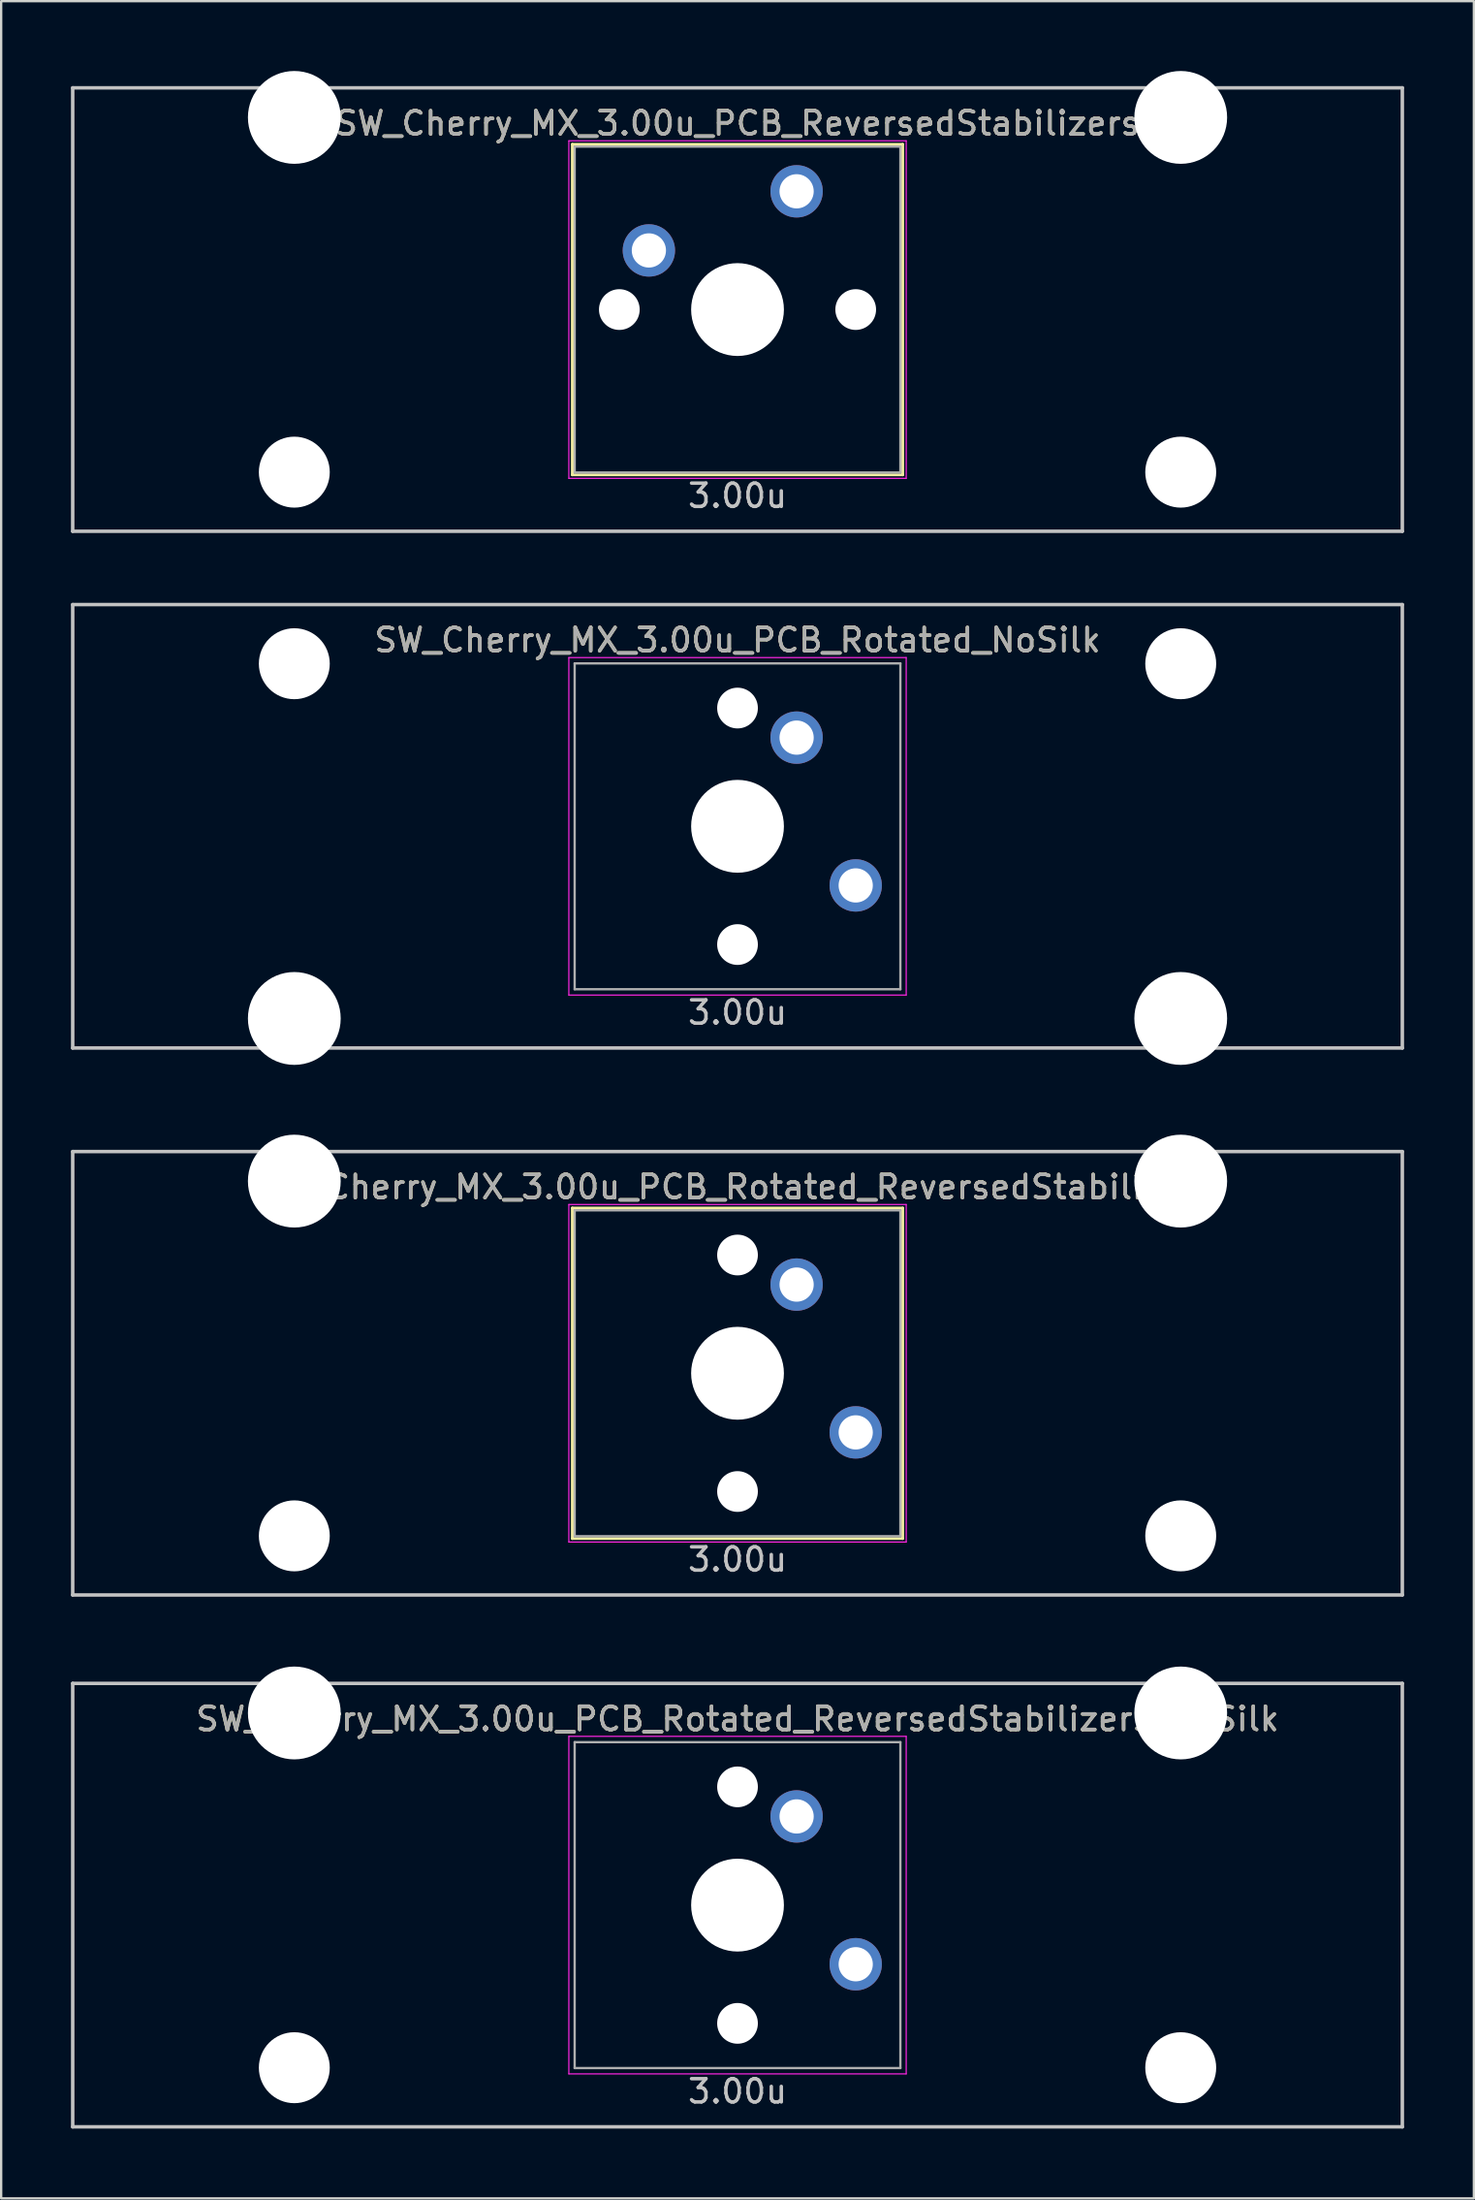
<source format=kicad_pcb>
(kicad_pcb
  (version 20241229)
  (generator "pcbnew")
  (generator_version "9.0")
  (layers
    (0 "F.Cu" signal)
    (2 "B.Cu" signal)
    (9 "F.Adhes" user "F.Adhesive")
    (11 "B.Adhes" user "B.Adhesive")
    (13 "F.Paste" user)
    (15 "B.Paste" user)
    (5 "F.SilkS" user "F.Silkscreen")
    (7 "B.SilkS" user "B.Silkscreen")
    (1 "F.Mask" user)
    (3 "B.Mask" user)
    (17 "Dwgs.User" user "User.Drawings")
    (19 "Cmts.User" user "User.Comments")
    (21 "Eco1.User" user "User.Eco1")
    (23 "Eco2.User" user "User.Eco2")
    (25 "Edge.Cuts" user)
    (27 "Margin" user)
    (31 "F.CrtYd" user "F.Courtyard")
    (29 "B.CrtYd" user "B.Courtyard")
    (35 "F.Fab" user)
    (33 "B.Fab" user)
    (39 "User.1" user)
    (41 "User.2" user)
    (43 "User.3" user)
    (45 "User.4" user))
  (footprint "SW_Cherry_MX_3.00u_PCB_Rotated_NoSilk"
    (layer "F.Cu")
    (at 28.65 32.449)
    (property "Reference" "SW_Cherry_MX_3.00u_PCB_Rotated_NoSilk" (at 0 -8 0) (layer "F.SilkS") (effects (font (size 1 1) (thickness 0.15))))
    (attr through_hole)
    (fp_line (start -28.575 -9.525) (end 28.575 -9.525) (stroke (width 0.15) (type solid)) (layer "Dwgs.User"))
    (fp_line (start -28.575 9.525) (end -28.575 -9.525) (stroke (width 0.15) (type solid)) (layer "Dwgs.User"))
    (fp_line (start -28.575 9.525) (end 28.575 9.525) (stroke (width 0.15) (type solid)) (layer "Dwgs.User"))
    (fp_line (start 28.575 -9.525) (end 28.575 9.525) (stroke (width 0.15) (type solid)) (layer "Dwgs.User"))
    (fp_line (start -7.25 -7.25) (end 7.25 -7.25) (stroke (width 0.05) (type solid)) (layer "F.CrtYd"))
    (fp_line (start -7.25 7.25) (end -7.25 -7.25) (stroke (width 0.05) (type solid)) (layer "F.CrtYd"))
    (fp_line (start 7.25 -7.25) (end 7.25 7.25) (stroke (width 0.05) (type solid)) (layer "F.CrtYd"))
    (fp_line (start 7.25 7.25) (end -7.25 7.25) (stroke (width 0.05) (type solid)) (layer "F.CrtYd"))
    (fp_line (start -7 -7) (end 7 -7) (stroke (width 0.1) (type solid)) (layer "F.Fab"))
    (fp_line (start -7 7) (end -7 -7) (stroke (width 0.1) (type solid)) (layer "F.Fab"))
    (fp_line (start 7 -7) (end 7 7) (stroke (width 0.1) (type solid)) (layer "F.Fab"))
    (fp_line (start 7 7) (end -7 7) (stroke (width 0.1) (type solid)) (layer "F.Fab"))
    (fp_text user "3.00u" (at 0 8 0) (layer "Dwgs.User") (effects (font (size 1 1) (thickness 0.15))))
    (fp_text user "${REFERENCE}" (at 0 -8 0) (layer "F.Fab") (effects (font (size 1 1) (thickness 0.15))))
    (pad "" np_thru_hole circle (at -19.05 -6.985) (size 3.048 3.048) (drill 3.048) (layers "*.Cu" "*.Mask"))
    (pad "" np_thru_hole circle (at -19.05 8.255) (size 3.988 3.988) (drill 3.988) (layers "*.Cu" "*.Mask"))
    (pad "" np_thru_hole circle (at 0 -5.08 318.1) (size 1.75 1.75) (drill 1.75) (layers "*.Cu" "*.Mask"))
    (pad "" np_thru_hole circle (at 0 0 270) (size 3.988 3.988) (drill 3.988) (layers "*.Cu" "*.Mask"))
    (pad "" np_thru_hole circle (at 0 5.08 318.1) (size 1.75 1.75) (drill 1.75) (layers "*.Cu" "*.Mask"))
    (pad "" np_thru_hole circle (at 19.05 -6.985) (size 3.048 3.048) (drill 3.048) (layers "*.Cu" "*.Mask"))
    (pad "" np_thru_hole circle (at 19.05 8.255) (size 3.988 3.988) (drill 3.988) (layers "*.Cu" "*.Mask"))
    (pad "1" thru_hole circle (at 2.54 -3.81 318.1) (size 2.25 2.25) (drill 1.47) (layers "*.Cu" "B.Mask"))
    (pad "2" thru_hole circle (at 5.08 2.54 270) (size 2.25 2.25) (drill 1.47) (layers "*.Cu" "B.Mask")))
  (footprint "SW_Cherry_MX_3.00u_PCB_Rotated_ReversedStabilizers"
    (layer "F.Cu")
    (at 28.65 55.947)
    (property "Reference" "SW_Cherry_MX_3.00u_PCB_Rotated_ReversedStabilizers" (at 0 -8 0) (layer "F.SilkS") (effects (font (size 1 1) (thickness 0.15))))
    (attr through_hole)
    (fp_line (start -7.1 -7.1) (end 7.1 -7.1) (stroke (width 0.12) (type solid)) (layer "F.SilkS"))
    (fp_line (start -7.1 7.1) (end -7.1 -7.1) (stroke (width 0.12) (type solid)) (layer "F.SilkS"))
    (fp_line (start 7.1 -7.1) (end 7.1 7.1) (stroke (width 0.12) (type solid)) (layer "F.SilkS"))
    (fp_line (start 7.1 7.1) (end -7.1 7.1) (stroke (width 0.12) (type solid)) (layer "F.SilkS"))
    (fp_line (start -28.575 -9.525) (end 28.575 -9.525) (stroke (width 0.15) (type solid)) (layer "Dwgs.User"))
    (fp_line (start -28.575 9.525) (end -28.575 -9.525) (stroke (width 0.15) (type solid)) (layer "Dwgs.User"))
    (fp_line (start -28.575 9.525) (end 28.575 9.525) (stroke (width 0.15) (type solid)) (layer "Dwgs.User"))
    (fp_line (start 28.575 -9.525) (end 28.575 9.525) (stroke (width 0.15) (type solid)) (layer "Dwgs.User"))
    (fp_line (start -7.25 -7.25) (end 7.25 -7.25) (stroke (width 0.05) (type solid)) (layer "F.CrtYd"))
    (fp_line (start -7.25 7.25) (end -7.25 -7.25) (stroke (width 0.05) (type solid)) (layer "F.CrtYd"))
    (fp_line (start 7.25 -7.25) (end 7.25 7.25) (stroke (width 0.05) (type solid)) (layer "F.CrtYd"))
    (fp_line (start 7.25 7.25) (end -7.25 7.25) (stroke (width 0.05) (type solid)) (layer "F.CrtYd"))
    (fp_line (start -7 -7) (end 7 -7) (stroke (width 0.1) (type solid)) (layer "F.Fab"))
    (fp_line (start -7 7) (end -7 -7) (stroke (width 0.1) (type solid)) (layer "F.Fab"))
    (fp_line (start 7 -7) (end 7 7) (stroke (width 0.1) (type solid)) (layer "F.Fab"))
    (fp_line (start 7 7) (end -7 7) (stroke (width 0.1) (type solid)) (layer "F.Fab"))
    (fp_text user "3.00u" (at 0 8 0) (layer "Dwgs.User") (effects (font (size 1 1) (thickness 0.15))))
    (fp_text user "${REFERENCE}" (at 0 -8 0) (layer "F.Fab") (effects (font (size 1 1) (thickness 0.15))))
    (pad "" np_thru_hole circle (at -19.05 -8.255) (size 3.988 3.988) (drill 3.988) (layers "*.Cu" "*.Mask"))
    (pad "" np_thru_hole circle (at -19.05 6.985) (size 3.048 3.048) (drill 3.048) (layers "*.Cu" "*.Mask"))
    (pad "" np_thru_hole circle (at 0 -5.08 318.1) (size 1.75 1.75) (drill 1.75) (layers "*.Cu" "*.Mask"))
    (pad "" np_thru_hole circle (at 0 0 270) (size 3.988 3.988) (drill 3.988) (layers "*.Cu" "*.Mask"))
    (pad "" np_thru_hole circle (at 0 5.08 318.1) (size 1.75 1.75) (drill 1.75) (layers "*.Cu" "*.Mask"))
    (pad "" np_thru_hole circle (at 19.05 -8.255) (size 3.988 3.988) (drill 3.988) (layers "*.Cu" "*.Mask"))
    (pad "" np_thru_hole circle (at 19.05 6.985) (size 3.048 3.048) (drill 3.048) (layers "*.Cu" "*.Mask"))
    (pad "1" thru_hole circle (at 2.54 -3.81 318.1) (size 2.25 2.25) (drill 1.47) (layers "*.Cu" "B.Mask"))
    (pad "2" thru_hole circle (at 5.08 2.54 270) (size 2.25 2.25) (drill 1.47) (layers "*.Cu" "B.Mask")))
  (footprint "SW_Cherry_MX_3.00u_PCB_Rotated_ReversedStabilizers_NoSilk"
    (layer "F.Cu")
    (at 28.65 78.796)
    (property "Reference" "SW_Cherry_MX_3.00u_PCB_Rotated_ReversedStabilizers_NoSilk" (at 0 -8 0) (layer "F.SilkS") (effects (font (size 1 1) (thickness 0.15))))
    (attr through_hole)
    (fp_line (start -28.575 -9.525) (end 28.575 -9.525) (stroke (width 0.15) (type solid)) (layer "Dwgs.User"))
    (fp_line (start -28.575 9.525) (end -28.575 -9.525) (stroke (width 0.15) (type solid)) (layer "Dwgs.User"))
    (fp_line (start -28.575 9.525) (end 28.575 9.525) (stroke (width 0.15) (type solid)) (layer "Dwgs.User"))
    (fp_line (start 28.575 -9.525) (end 28.575 9.525) (stroke (width 0.15) (type solid)) (layer "Dwgs.User"))
    (fp_line (start -7.25 -7.25) (end 7.25 -7.25) (stroke (width 0.05) (type solid)) (layer "F.CrtYd"))
    (fp_line (start -7.25 7.25) (end -7.25 -7.25) (stroke (width 0.05) (type solid)) (layer "F.CrtYd"))
    (fp_line (start 7.25 -7.25) (end 7.25 7.25) (stroke (width 0.05) (type solid)) (layer "F.CrtYd"))
    (fp_line (start 7.25 7.25) (end -7.25 7.25) (stroke (width 0.05) (type solid)) (layer "F.CrtYd"))
    (fp_line (start -7 -7) (end 7 -7) (stroke (width 0.1) (type solid)) (layer "F.Fab"))
    (fp_line (start -7 7) (end -7 -7) (stroke (width 0.1) (type solid)) (layer "F.Fab"))
    (fp_line (start 7 -7) (end 7 7) (stroke (width 0.1) (type solid)) (layer "F.Fab"))
    (fp_line (start 7 7) (end -7 7) (stroke (width 0.1) (type solid)) (layer "F.Fab"))
    (fp_text user "3.00u" (at 0 8 0) (layer "Dwgs.User") (effects (font (size 1 1) (thickness 0.15))))
    (fp_text user "${REFERENCE}" (at 0 -8 0) (layer "F.Fab") (effects (font (size 1 1) (thickness 0.15))))
    (pad "" np_thru_hole circle (at -19.05 -8.255) (size 3.988 3.988) (drill 3.988) (layers "*.Cu" "*.Mask"))
    (pad "" np_thru_hole circle (at -19.05 6.985) (size 3.048 3.048) (drill 3.048) (layers "*.Cu" "*.Mask"))
    (pad "" np_thru_hole circle (at 0 -5.08 318.1) (size 1.75 1.75) (drill 1.75) (layers "*.Cu" "*.Mask"))
    (pad "" np_thru_hole circle (at 0 0 270) (size 3.988 3.988) (drill 3.988) (layers "*.Cu" "*.Mask"))
    (pad "" np_thru_hole circle (at 0 5.08 318.1) (size 1.75 1.75) (drill 1.75) (layers "*.Cu" "*.Mask"))
    (pad "" np_thru_hole circle (at 19.05 -8.255) (size 3.988 3.988) (drill 3.988) (layers "*.Cu" "*.Mask"))
    (pad "" np_thru_hole circle (at 19.05 6.985) (size 3.048 3.048) (drill 3.048) (layers "*.Cu" "*.Mask"))
    (pad "1" thru_hole circle (at 2.54 -3.81 318.1) (size 2.25 2.25) (drill 1.47) (layers "*.Cu" "B.Mask"))
    (pad "2" thru_hole circle (at 5.08 2.54 270) (size 2.25 2.25) (drill 1.47) (layers "*.Cu" "B.Mask")))
  (footprint "SW_Cherry_MX_3.00u_PCB_ReversedStabilizers"
    (layer "F.Cu")
    (at 28.65 10.249)
    (property "Reference" "SW_Cherry_MX_3.00u_PCB_ReversedStabilizers" (at 0 -8 0) (layer "F.SilkS") (effects (font (size 1 1) (thickness 0.15))))
    (attr through_hole)
    (fp_line (start -7.1 -7.1) (end 7.1 -7.1) (stroke (width 0.12) (type solid)) (layer "F.SilkS"))
    (fp_line (start -7.1 7.1) (end -7.1 -7.1) (stroke (width 0.12) (type solid)) (layer "F.SilkS"))
    (fp_line (start 7.1 -7.1) (end 7.1 7.1) (stroke (width 0.12) (type solid)) (layer "F.SilkS"))
    (fp_line (start 7.1 7.1) (end -7.1 7.1) (stroke (width 0.12) (type solid)) (layer "F.SilkS"))
    (fp_line (start -28.575 -9.525) (end 28.575 -9.525) (stroke (width 0.15) (type solid)) (layer "Dwgs.User"))
    (fp_line (start -28.575 9.525) (end -28.575 -9.525) (stroke (width 0.15) (type solid)) (layer "Dwgs.User"))
    (fp_line (start -28.575 9.525) (end 28.575 9.525) (stroke (width 0.15) (type solid)) (layer "Dwgs.User"))
    (fp_line (start 28.575 -9.525) (end 28.575 9.525) (stroke (width 0.15) (type solid)) (layer "Dwgs.User"))
    (fp_line (start -7.25 -7.25) (end 7.25 -7.25) (stroke (width 0.05) (type solid)) (layer "F.CrtYd"))
    (fp_line (start -7.25 7.25) (end -7.25 -7.25) (stroke (width 0.05) (type solid)) (layer "F.CrtYd"))
    (fp_line (start 7.25 -7.25) (end 7.25 7.25) (stroke (width 0.05) (type solid)) (layer "F.CrtYd"))
    (fp_line (start 7.25 7.25) (end -7.25 7.25) (stroke (width 0.05) (type solid)) (layer "F.CrtYd"))
    (fp_line (start -7 -7) (end 7 -7) (stroke (width 0.1) (type solid)) (layer "F.Fab"))
    (fp_line (start -7 7) (end -7 -7) (stroke (width 0.1) (type solid)) (layer "F.Fab"))
    (fp_line (start 7 -7) (end 7 7) (stroke (width 0.1) (type solid)) (layer "F.Fab"))
    (fp_line (start 7 7) (end -7 7) (stroke (width 0.1) (type solid)) (layer "F.Fab"))
    (fp_text user "3.00u" (at 0 8 0) (layer "Dwgs.User") (effects (font (size 1 1) (thickness 0.15))))
    (fp_text user "${REFERENCE}" (at 0 -8 0) (layer "F.Fab") (effects (font (size 1 1) (thickness 0.15))))
    (pad "" np_thru_hole circle (at -19.05 -8.255) (size 3.988 3.988) (drill 3.988) (layers "*.Cu" "*.Mask"))
    (pad "" np_thru_hole circle (at -19.05 6.985) (size 3.048 3.048) (drill 3.048) (layers "*.Cu" "*.Mask"))
    (pad "" np_thru_hole circle (at -5.08 0 48.1) (size 1.75 1.75) (drill 1.75) (layers "*.Cu" "*.Mask"))
    (pad "" np_thru_hole circle (at 0 0) (size 3.988 3.988) (drill 3.988) (layers "*.Cu" "*.Mask"))
    (pad "" np_thru_hole circle (at 5.08 0 48.1) (size 1.75 1.75) (drill 1.75) (layers "*.Cu" "*.Mask"))
    (pad "" np_thru_hole circle (at 19.05 -8.255) (size 3.988 3.988) (drill 3.988) (layers "*.Cu" "*.Mask"))
    (pad "" np_thru_hole circle (at 19.05 6.985) (size 3.048 3.048) (drill 3.048) (layers "*.Cu" "*.Mask"))
    (pad "1" thru_hole circle (at -3.81 -2.54 48.1) (size 2.25 2.25) (drill 1.47) (layers "*.Cu" "B.Mask"))
    (pad "2" thru_hole circle (at 2.54 -5.08) (size 2.25 2.25) (drill 1.47) (layers "*.Cu" "B.Mask")))
  (gr_rect
    (start -3 -3)
    (end 60.3 91.396)
    (stroke (width 0.1) (type default))
    (fill no)
    (layer "Edge.Cuts")))
</source>
